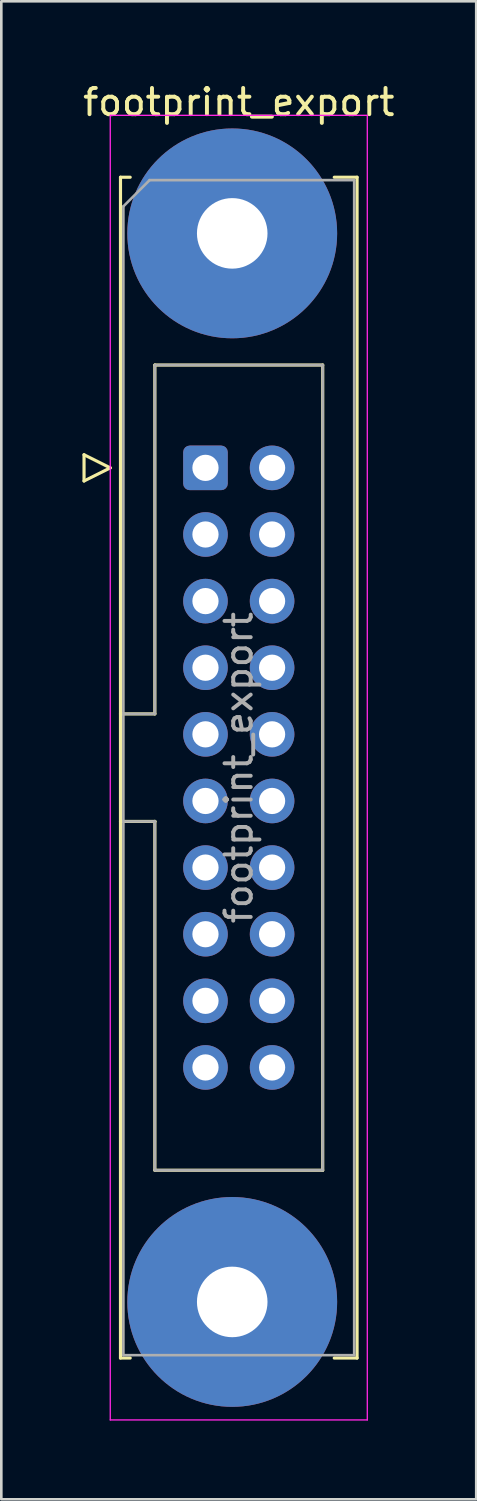
<source format=kicad_pcb>
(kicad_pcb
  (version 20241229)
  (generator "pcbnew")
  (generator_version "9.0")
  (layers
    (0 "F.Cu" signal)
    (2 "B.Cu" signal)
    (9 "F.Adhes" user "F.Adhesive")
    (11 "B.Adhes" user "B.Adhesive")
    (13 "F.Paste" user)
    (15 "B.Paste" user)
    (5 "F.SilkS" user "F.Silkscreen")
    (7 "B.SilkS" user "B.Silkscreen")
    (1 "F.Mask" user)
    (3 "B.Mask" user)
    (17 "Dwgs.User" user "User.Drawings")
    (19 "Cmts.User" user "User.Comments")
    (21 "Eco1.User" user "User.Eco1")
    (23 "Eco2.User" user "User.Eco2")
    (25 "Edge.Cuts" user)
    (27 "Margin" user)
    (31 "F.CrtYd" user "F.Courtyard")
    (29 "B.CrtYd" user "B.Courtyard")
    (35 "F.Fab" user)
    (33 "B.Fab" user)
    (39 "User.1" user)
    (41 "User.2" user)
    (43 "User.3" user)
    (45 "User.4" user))
  (footprint "footprint_export"
    (layer "F.Cu")
    (at 4.784 14.788)
    (property "Reference" "footprint_export" (at 1.27 -13.94 0) (layer "F.SilkS") (effects (font (size 1 1) (thickness 0.15))))
    (attr through_hole)
    (fp_line (start -4.63 -0.5) (end -4.63 0.5) (stroke (width 0.12) (type solid)) (layer "F.SilkS"))
    (fp_line (start -4.63 0.5) (end -3.63 0) (stroke (width 0.12) (type solid)) (layer "F.SilkS"))
    (fp_line (start -3.63 0) (end -4.63 -0.5) (stroke (width 0.12) (type solid)) (layer "F.SilkS"))
    (fp_line (start -3.24 -11.08) (end -3.24 33.94) (stroke (width 0.12) (type solid)) (layer "F.SilkS"))
    (fp_line (start -3.24 9.38) (end -1.93 9.38) (stroke (width 0.12) (type solid)) (layer "F.SilkS"))
    (fp_line (start -3.24 33.94) (end -2.87 33.94) (stroke (width 0.12) (type solid)) (layer "F.SilkS"))
    (fp_line (start -2.87 -11.08) (end -3.24 -11.08) (stroke (width 0.12) (type solid)) (layer "F.SilkS"))
    (fp_line (start -1.93 -3.92) (end 4.47 -3.92) (stroke (width 0.12) (type solid)) (layer "F.SilkS"))
    (fp_line (start -1.93 9.38) (end -1.93 -3.92) (stroke (width 0.12) (type solid)) (layer "F.SilkS"))
    (fp_line (start -1.93 13.48) (end -3.24 13.48) (stroke (width 0.12) (type solid)) (layer "F.SilkS"))
    (fp_line (start -1.93 13.48) (end -1.93 13.48) (stroke (width 0.12) (type solid)) (layer "F.SilkS"))
    (fp_line (start -1.93 26.78) (end -1.93 13.48) (stroke (width 0.12) (type solid)) (layer "F.SilkS"))
    (fp_line (start 4.47 -3.92) (end 4.47 26.78) (stroke (width 0.12) (type solid)) (layer "F.SilkS"))
    (fp_line (start 4.47 26.78) (end -1.93 26.78) (stroke (width 0.12) (type solid)) (layer "F.SilkS"))
    (fp_line (start 4.91 -11.08) (end 5.78 -11.08) (stroke (width 0.12) (type solid)) (layer "F.SilkS"))
    (fp_line (start 5.78 -11.08) (end 5.78 33.94) (stroke (width 0.12) (type solid)) (layer "F.SilkS"))
    (fp_line (start 5.78 33.94) (end 4.91 33.94) (stroke (width 0.12) (type solid)) (layer "F.SilkS"))
    (fp_line (start -3.63 -13.44) (end -3.63 36.3) (stroke (width 0.05) (type solid)) (layer "F.CrtYd"))
    (fp_line (start -3.63 36.3) (end 6.17 36.3) (stroke (width 0.05) (type solid)) (layer "F.CrtYd"))
    (fp_line (start 6.17 -13.44) (end -3.63 -13.44) (stroke (width 0.05) (type solid)) (layer "F.CrtYd"))
    (fp_line (start 6.17 36.3) (end 6.17 -13.44) (stroke (width 0.05) (type solid)) (layer "F.CrtYd"))
    (fp_line (start -3.13 -9.97) (end -2.13 -10.97) (stroke (width 0.1) (type solid)) (layer "F.Fab"))
    (fp_line (start -3.13 9.38) (end -1.93 9.38) (stroke (width 0.1) (type solid)) (layer "F.Fab"))
    (fp_line (start -3.13 33.83) (end -3.13 -9.97) (stroke (width 0.1) (type solid)) (layer "F.Fab"))
    (fp_line (start -2.13 -10.97) (end 5.67 -10.97) (stroke (width 0.1) (type solid)) (layer "F.Fab"))
    (fp_line (start -1.93 -3.92) (end 4.47 -3.92) (stroke (width 0.1) (type solid)) (layer "F.Fab"))
    (fp_line (start -1.93 9.38) (end -1.93 -3.92) (stroke (width 0.1) (type solid)) (layer "F.Fab"))
    (fp_line (start -1.93 13.48) (end -3.13 13.48) (stroke (width 0.1) (type solid)) (layer "F.Fab"))
    (fp_line (start -1.93 13.48) (end -1.93 13.48) (stroke (width 0.1) (type solid)) (layer "F.Fab"))
    (fp_line (start -1.93 26.78) (end -1.93 13.48) (stroke (width 0.1) (type solid)) (layer "F.Fab"))
    (fp_line (start 4.47 -3.92) (end 4.47 26.78) (stroke (width 0.1) (type solid)) (layer "F.Fab"))
    (fp_line (start 4.47 26.78) (end -1.93 26.78) (stroke (width 0.1) (type solid)) (layer "F.Fab"))
    (fp_line (start 5.67 -10.97) (end 5.67 33.83) (stroke (width 0.1) (type solid)) (layer "F.Fab"))
    (fp_line (start 5.67 33.83) (end -3.13 33.83) (stroke (width 0.1) (type solid)) (layer "F.Fab"))
    (fp_text user "${REFERENCE}" (at 1.27 11.43 90) (layer "F.Fab") (effects (font (size 1 1) (thickness 0.15))))
    (pad "1" thru_hole roundrect (at 0 0) (size 1.7 1.7) (drill 1) (layers "*.Cu" "*.Mask") (roundrect_rratio 0.147))
    (pad "2" thru_hole circle (at 2.54 0) (size 1.7 1.7) (drill 1) (layers "*.Cu" "*.Mask"))
    (pad "3" thru_hole circle (at 0 2.54) (size 1.7 1.7) (drill 1) (layers "*.Cu" "*.Mask"))
    (pad "4" thru_hole circle (at 2.54 2.54) (size 1.7 1.7) (drill 1) (layers "*.Cu" "*.Mask"))
    (pad "5" thru_hole circle (at 0 5.08) (size 1.7 1.7) (drill 1) (layers "*.Cu" "*.Mask"))
    (pad "6" thru_hole circle (at 2.54 5.08) (size 1.7 1.7) (drill 1) (layers "*.Cu" "*.Mask"))
    (pad "7" thru_hole circle (at 0 7.62) (size 1.7 1.7) (drill 1) (layers "*.Cu" "*.Mask"))
    (pad "8" thru_hole circle (at 2.54 7.62) (size 1.7 1.7) (drill 1) (layers "*.Cu" "*.Mask"))
    (pad "9" thru_hole circle (at 0 10.16) (size 1.7 1.7) (drill 1) (layers "*.Cu" "*.Mask"))
    (pad "10" thru_hole circle (at 2.54 10.16) (size 1.7 1.7) (drill 1) (layers "*.Cu" "*.Mask"))
    (pad "11" thru_hole circle (at 0 12.7) (size 1.7 1.7) (drill 1) (layers "*.Cu" "*.Mask"))
    (pad "12" thru_hole circle (at 2.54 12.7) (size 1.7 1.7) (drill 1) (layers "*.Cu" "*.Mask"))
    (pad "13" thru_hole circle (at 0 15.24) (size 1.7 1.7) (drill 1) (layers "*.Cu" "*.Mask"))
    (pad "14" thru_hole circle (at 2.54 15.24) (size 1.7 1.7) (drill 1) (layers "*.Cu" "*.Mask"))
    (pad "15" thru_hole circle (at 0 17.78) (size 1.7 1.7) (drill 1) (layers "*.Cu" "*.Mask"))
    (pad "16" thru_hole circle (at 2.54 17.78) (size 1.7 1.7) (drill 1) (layers "*.Cu" "*.Mask"))
    (pad "17" thru_hole circle (at 0 20.32) (size 1.7 1.7) (drill 1) (layers "*.Cu" "*.Mask"))
    (pad "18" thru_hole circle (at 2.54 20.32) (size 1.7 1.7) (drill 1) (layers "*.Cu" "*.Mask"))
    (pad "19" thru_hole circle (at 0 22.86) (size 1.7 1.7) (drill 1) (layers "*.Cu" "*.Mask"))
    (pad "20" thru_hole circle (at 2.54 22.86) (size 1.7 1.7) (drill 1) (layers "*.Cu" "*.Mask"))
    (pad "MP" thru_hole circle (at 1.02 -8.94) (size 8 8) (drill 2.69) (layers "*.Cu" "*.Mask"))
    (pad "MP" thru_hole circle (at 1.02 31.8) (size 8 8) (drill 2.69) (layers "*.Cu" "*.Mask")))
  (gr_rect
    (start -3 -3)
    (end 15.107 54.113)
    (stroke (width 0.1) (type default))
    (fill no)
    (layer "Edge.Cuts")))
</source>
